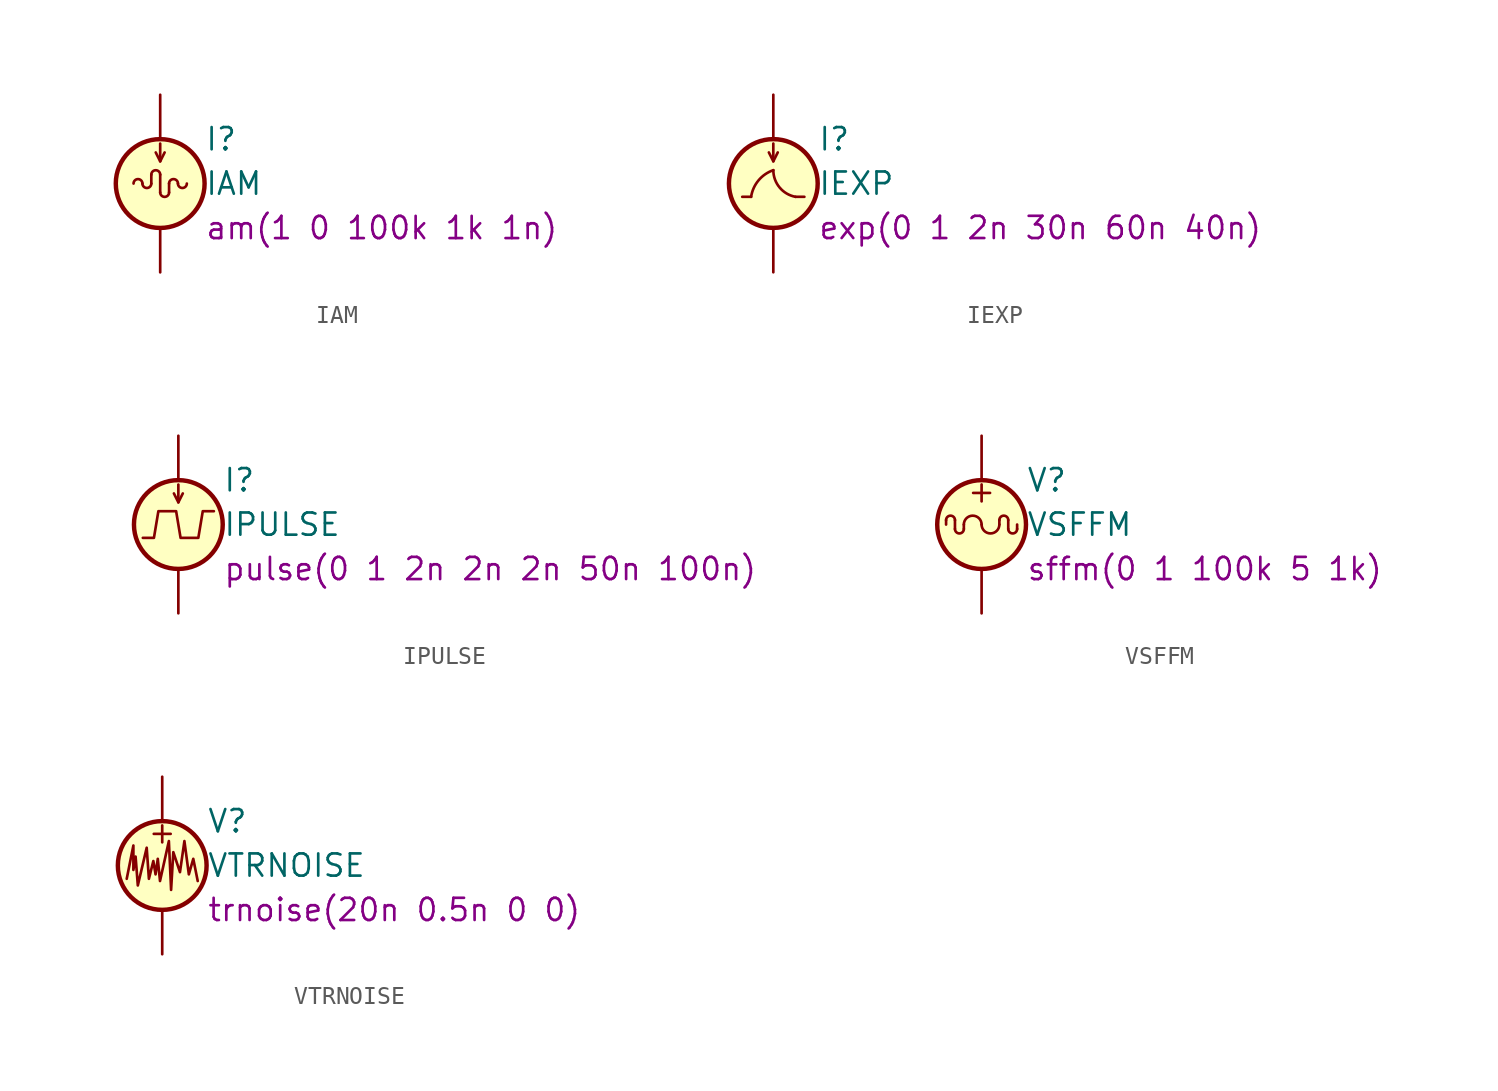
<source format=kicad_sym>
(kicad_symbol_lib
  (version 20201005)
  (generator kicad_symbol_editor)
  (symbol "IAM"
    (pin_numbers hide)
    (pin_names
      (offset 0.025))
    (property "Reference" "I"
      (at 2.54 2.54 0)
      (effects (font (size 1.27 1.27)) (justify left)))
    (property "Value" "IAM"
      (at 2.54 0 0)
      (effects (font (size 1.27 1.27)) (justify left)))
    (property "Spice_Model" "am(1 0 100k 1k 1n)"
      (at 2.54 -2.54 0)
      (effects (font (size 1.27 1.27)) (justify left)))
    (symbol "IAM_0_0"
      (arc (start 0 0.508) (end -0.508 0.508) (radius (at -0.254 0.508) (length 0.254) (angles 0.1 180)) (stroke (width 0)) (fill (type none))))
    (symbol "IAM_0_1"
      (arc (start -1.016 0) (end -1.524 0) (radius (at -1.27 0) (length 0.254) (angles 0.1 180)) (stroke (width 0)) (fill (type none)))
      (arc (start -1.016 0) (end -0.508 0) (radius (at -0.762 0) (length 0.254) (angles 180 -0.1)) (stroke (width 0)) (fill (type none)))
      (arc (start 0 -0.508) (end 0.508 -0.508) (radius (at 0.254 -0.508) (length 0.254) (angles 180 -0.1)) (stroke (width 0)) (fill (type none)))
      (arc (start 1.016 0) (end 0.508 0) (radius (at 0.762 0) (length 0.254) (angles 0.1 180)) (stroke (width 0)) (fill (type none)))
      (arc (start 1.016 0) (end 1.524 0) (radius (at 1.27 0) (length 0.254) (angles 180 -0.1)) (stroke (width 0)) (fill (type none)))
      (circle (center 0 0) (radius 2.54) (stroke (width 0.254)) (fill (type background)))
      (polyline (pts (xy -0.508 0.508) (xy -0.508 0)) (stroke (width 0)) (fill (type none)))
      (polyline (pts (xy 0 0.508) (xy 0 -0.508)) (stroke (width 0)) (fill (type none)))
      (polyline (pts (xy 0 1.27) (xy 0 2.286)) (stroke (width 0)) (fill (type none)))
      (polyline (pts (xy 0.508 -0.508) (xy 0.508 0)) (stroke (width 0)) (fill (type none)))
      (polyline (pts (xy -0.254 1.778) (xy 0 1.27) (xy 0.254 1.778)) (stroke (width 0)) (fill (type none))))
    (symbol "IAM_1_1"
      (pin passive line (at 0 5.08 270) (length 2.54) (name "~" (effects (font (size 1.27 1.27)))) (number "1" (effects (font (size 1.27 1.27)))))
      (pin passive line (at 0 -5.08 90) (length 2.54) (name "~" (effects (font (size 1.27 1.27)))) (number "2" (effects (font (size 1.27 1.27)))))))
  (symbol "IEXP"
    (pin_numbers hide)
    (pin_names
      (offset 0.025))
    (property "Reference" "I"
      (at 2.54 2.54 0)
      (effects (font (size 1.27 1.27)) (justify left)))
    (property "Value" "IEXP"
      (at 2.54 0 0)
      (effects (font (size 1.27 1.27)) (justify left)))
    (property "Spice_Model" "exp(0 1 2n 30n 60n 40n)"
      (at 2.54 -2.54 0)
      (effects (font (size 1.27 1.27)) (justify left)))
    (symbol "IEXP_0_0"
      (arc (start 0 0.762) (end -1.27 -0.762) (radius (at 0.6096 -1.0414) (length 1.905) (angles 108.7 171.5)) (stroke (width 0)) (fill (type none)))
      (arc (start 0 0.762) (end 1.27 -0.762) (radius (at 1.5494 0.762) (length 1.5494) (angles 180 -100.4)) (stroke (width 0)) (fill (type none)))
      (polyline (pts (xy -1.27 -0.762) (xy -1.778 -0.762)) (stroke (width 0)) (fill (type none)))
      (polyline (pts (xy 1.27 -0.762) (xy 1.778 -0.762)) (stroke (width 0)) (fill (type none))))
    (symbol "IEXP_0_1"
      (circle (center 0 0) (radius 2.54) (stroke (width 0.254)) (fill (type background)))
      (polyline (pts (xy 0 1.27) (xy 0 2.286)) (stroke (width 0)) (fill (type none)))
      (polyline (pts (xy -0.254 1.778) (xy 0 1.27) (xy 0.254 1.778)) (stroke (width 0)) (fill (type none))))
    (symbol "IEXP_1_1"
      (pin passive line (at 0 5.08 270) (length 2.54) (name "~" (effects (font (size 1.27 1.27)))) (number "1" (effects (font (size 1.27 1.27)))))
      (pin passive line (at 0 -5.08 90) (length 2.54) (name "~" (effects (font (size 1.27 1.27)))) (number "2" (effects (font (size 1.27 1.27)))))))
  (symbol "IPULSE"
    (pin_numbers hide)
    (pin_names
      (offset 0.025))
    (property "Reference" "I"
      (at 2.54 2.54 0)
      (effects (font (size 1.27 1.27)) (justify left)))
    (property "Value" "IPULSE"
      (at 2.54 0 0)
      (effects (font (size 1.27 1.27)) (justify left)))
    (property "Spice_Model" "pulse(0 1 2n 2n 2n 50n 100n)"
      (at 2.54 -2.54 0)
      (effects (font (size 1.27 1.27)) (justify left)))
    (symbol "IPULSE_0_0"
      (polyline (pts (xy -2.032 -0.762) (xy -1.397 -0.762) (xy -1.143 0.762) (xy -0.127 0.762) (xy 0.127 -0.762) (xy 1.143 -0.762) (xy 1.397 0.762) (xy 2.032 0.762)) (stroke (width 0)) (fill (type none))))
    (symbol "IPULSE_0_1"
      (circle (center 0 0) (radius 2.54) (stroke (width 0.254)) (fill (type background)))
      (polyline (pts (xy 0 1.27) (xy 0 2.286)) (stroke (width 0)) (fill (type none)))
      (polyline (pts (xy -0.254 1.778) (xy 0 1.27) (xy 0.254 1.778)) (stroke (width 0)) (fill (type none))))
    (symbol "IPULSE_1_1"
      (pin passive line (at 0 5.08 270) (length 2.54) (name "~" (effects (font (size 1.27 1.27)))) (number "1" (effects (font (size 1.27 1.27)))))
      (pin passive line (at 0 -5.08 90) (length 2.54) (name "~" (effects (font (size 1.27 1.27)))) (number "2" (effects (font (size 1.27 1.27)))))))
  (symbol "VSFFM"
    (pin_numbers hide)
    (pin_names
      (offset 0.025))
    (property "Reference" "V"
      (at 2.54 2.54 0)
      (effects (font (size 1.27 1.27)) (justify left)))
    (property "Value" "VSFFM"
      (at 2.54 0 0)
      (effects (font (size 1.27 1.27)) (justify left)))
    (property "Spice_Model" "sffm(0 1 100k 5 1k)"
      (at 2.54 -2.54 0)
      (effects (font (size 1.27 1.27)) (justify left)))
    (symbol "VSFFM_0_0"
      (text "+" (at 0 1.905 0) (effects (font (size 1.27 1.27)))))
    (symbol "VSFFM_0_1"
      (arc (start -1.524 0.254) (end -2.032 0.254) (radius (at -1.778 0.254) (length 0.254) (angles 0.1 180)) (stroke (width 0)) (fill (type none)))
      (arc (start -1.524 -0.254) (end -1.016 -0.254) (radius (at -1.27 -0.254) (length 0.254) (angles 180 -0.1)) (stroke (width 0)) (fill (type none)))
      (arc (start 0 0) (end -1.016 0) (radius (at -0.508 0) (length 0.508) (angles 0.1 180)) (stroke (width 0)) (fill (type none)))
      (arc (start 0 0) (end 1.016 0) (radius (at 0.508 0) (length 0.508) (angles 180 -0.1)) (stroke (width 0)) (fill (type none)))
      (arc (start 1.524 0.254) (end 1.016 0.254) (radius (at 1.27 0.254) (length 0.254) (angles 0.1 180)) (stroke (width 0)) (fill (type none)))
      (arc (start 1.524 -0.254) (end 2.032 -0.254) (radius (at 1.778 -0.254) (length 0.254) (angles 180 -0.1)) (stroke (width 0)) (fill (type none)))
      (circle (center 0 0) (radius 2.54) (stroke (width 0.254)) (fill (type background)))
      (polyline (pts (xy -2.032 0.254) (xy -2.032 0)) (stroke (width 0)) (fill (type none)))
      (polyline (pts (xy -1.524 -0.254) (xy -1.524 0.254)) (stroke (width 0)) (fill (type none)))
      (polyline (pts (xy -1.016 0) (xy -1.016 -0.254)) (stroke (width 0)) (fill (type none)))
      (polyline (pts (xy 1.016 0.254) (xy 1.016 0)) (stroke (width 0)) (fill (type none)))
      (polyline (pts (xy 1.524 0.254) (xy 1.524 -0.254)) (stroke (width 0)) (fill (type none)))
      (polyline (pts (xy 2.032 -0.254) (xy 2.032 0)) (stroke (width 0)) (fill (type none))))
    (symbol "VSFFM_1_1"
      (pin passive line (at 0 5.08 270) (length 2.54) (name "~" (effects (font (size 1.27 1.27)))) (number "1" (effects (font (size 1.27 1.27)))))
      (pin passive line (at 0 -5.08 90) (length 2.54) (name "~" (effects (font (size 1.27 1.27)))) (number "2" (effects (font (size 1.27 1.27)))))))
  (symbol "VTRNOISE"
    (pin_numbers hide)
    (pin_names
      (offset 0.025))
    (property "Reference" "V"
      (at 2.54 2.54 0)
      (effects (font (size 1.27 1.27)) (justify left)))
    (property "Value" "VTRNOISE"
      (at 2.54 0 0)
      (effects (font (size 1.27 1.27)) (justify left)))
    (property "Spice_Model" "trnoise(20n 0.5n 0 0)"
      (at 2.54 -2.54 0)
      (effects (font (size 1.27 1.27)) (justify left)))
    (symbol "VTRNOISE_0_0"
      (text "+" (at 0 1.905 0) (effects (font (size 1.27 1.27)))))
    (symbol "VTRNOISE_0_1"
      (circle (center 0 0) (radius 2.54) (stroke (width 0.254)) (fill (type background)))
      (polyline (pts (xy -2.032 -0.762) (xy -1.651 1.143) (xy -1.651 -0.254) (xy -1.524 0.508) (xy -1.397 -1.143) (xy -0.889 1.016) (xy -0.762 -0.762) (xy -0.508 0.254) (xy -0.381 -0.508) (xy -0.254 0.381) (xy -0.127 -0.889) (xy 0.381 1.397) (xy 0.508 -1.397) (xy 0.635 0.762) (xy 1.016 -0.381) (xy 1.27 1.397) (xy 1.524 -0.508) (xy 1.778 0.381) (xy 2.032 -0.889)) (stroke (width 0)) (fill (type none))))
    (symbol "VTRNOISE_1_1"
      (pin passive line (at 0 5.08 270) (length 2.54) (name "~" (effects (font (size 1.27 1.27)))) (number "1" (effects (font (size 1.27 1.27)))))
      (pin passive line (at 0 -5.08 90) (length 2.54) (name "~" (effects (font (size 1.27 1.27)))) (number "2" (effects (font (size 1.27 1.27))))))))
</source>
